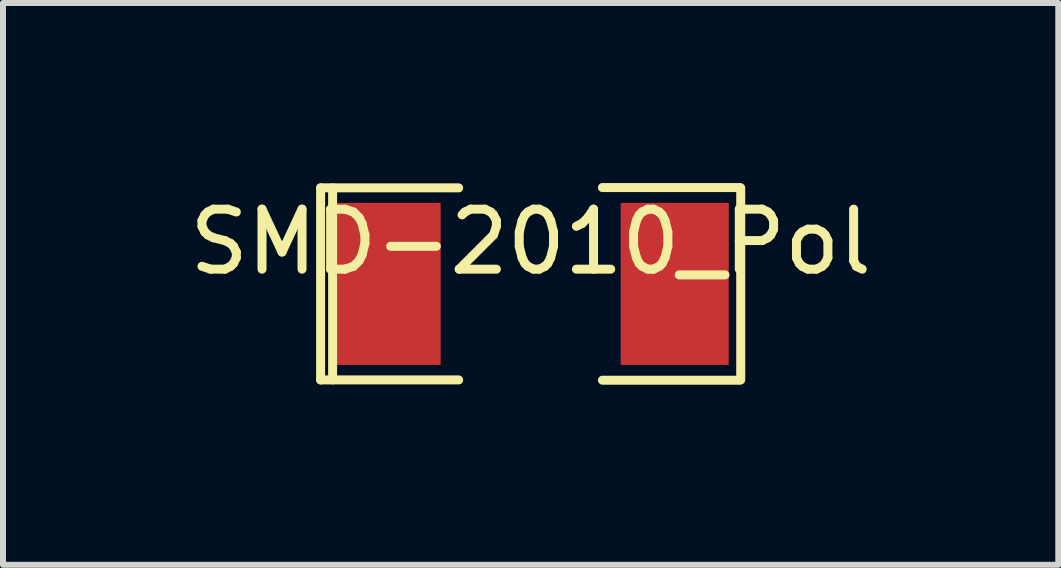
<source format=kicad_pcb>
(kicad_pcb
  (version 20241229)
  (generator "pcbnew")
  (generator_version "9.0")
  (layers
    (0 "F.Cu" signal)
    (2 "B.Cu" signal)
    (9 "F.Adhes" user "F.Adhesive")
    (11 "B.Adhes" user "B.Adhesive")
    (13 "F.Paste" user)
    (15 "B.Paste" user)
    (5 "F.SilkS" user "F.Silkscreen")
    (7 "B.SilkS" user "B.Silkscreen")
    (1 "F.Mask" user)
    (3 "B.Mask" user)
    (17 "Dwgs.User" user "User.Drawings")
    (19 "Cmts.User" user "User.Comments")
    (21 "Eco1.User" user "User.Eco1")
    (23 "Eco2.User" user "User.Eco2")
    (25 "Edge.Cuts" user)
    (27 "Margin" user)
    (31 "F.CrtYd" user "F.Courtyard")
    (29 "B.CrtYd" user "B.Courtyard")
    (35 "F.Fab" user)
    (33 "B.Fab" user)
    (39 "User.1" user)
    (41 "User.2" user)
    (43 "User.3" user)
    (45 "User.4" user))
  (footprint "SMD-2010_Pol"
    (layer "F.Cu")
    (at 5.792 1.68)
    (property "Reference" "SMD-2010_Pol" (at 0 -0.7 0) (layer "F.SilkS") (effects (font (size 1 1) (thickness 0.15))))
    (attr smd)
    (fp_line (start -3.5 -1.6) (end -3.5 1.6) (stroke (width 0.15) (type solid)) (layer "F.SilkS"))
    (fp_line (start -3.5 1.6) (end -1.2 1.6) (stroke (width 0.15) (type solid)) (layer "F.SilkS"))
    (fp_line (start -3.3 -1.6) (end -3.3 1.6) (stroke (width 0.15) (type solid)) (layer "F.SilkS"))
    (fp_line (start -1.2 -1.6) (end -3.5 -1.6) (stroke (width 0.15) (type solid)) (layer "F.SilkS"))
    (fp_line (start 1.196 1.605) (end 3.482 1.605) (stroke (width 0.15) (type solid)) (layer "F.SilkS"))
    (fp_line (start 3.482 -1.605) (end 1.196 -1.605) (stroke (width 0.15) (type solid)) (layer "F.SilkS"))
    (fp_line (start 3.5 -1.6) (end 3.5 1.6) (stroke (width 0.15) (type solid)) (layer "F.SilkS"))
    (pad "1" smd rect (at -2.4 0) (size 1.801 2.7) (layers "F.Cu" "F.Mask" "F.Paste"))
    (pad "2" smd rect (at 2.4 0) (size 1.801 2.7) (layers "F.Cu" "F.Mask" "F.Paste")))
  (gr_rect
    (start -3 -3)
    (end 14.583 6.361)
    (stroke (width 0.1) (type default))
    (fill no)
    (layer "Edge.Cuts")))
</source>
